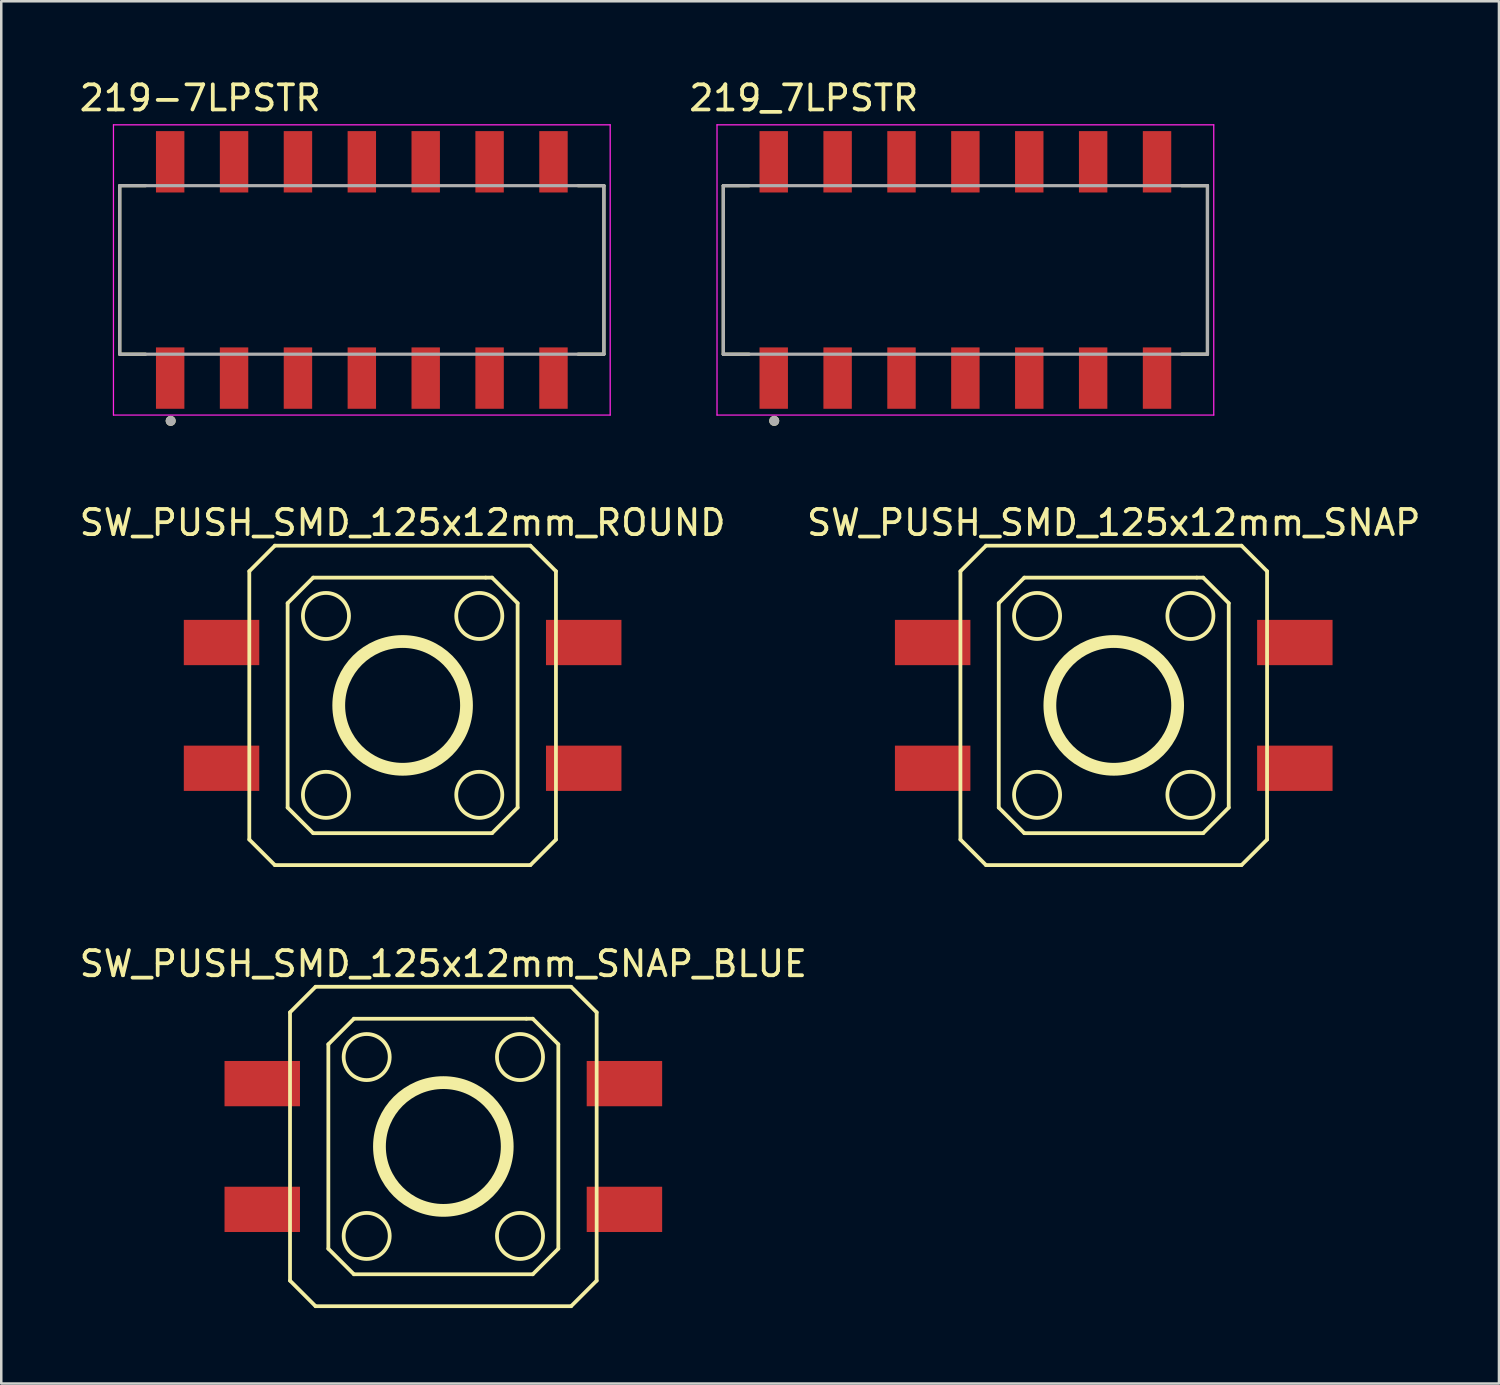
<source format=kicad_pcb>
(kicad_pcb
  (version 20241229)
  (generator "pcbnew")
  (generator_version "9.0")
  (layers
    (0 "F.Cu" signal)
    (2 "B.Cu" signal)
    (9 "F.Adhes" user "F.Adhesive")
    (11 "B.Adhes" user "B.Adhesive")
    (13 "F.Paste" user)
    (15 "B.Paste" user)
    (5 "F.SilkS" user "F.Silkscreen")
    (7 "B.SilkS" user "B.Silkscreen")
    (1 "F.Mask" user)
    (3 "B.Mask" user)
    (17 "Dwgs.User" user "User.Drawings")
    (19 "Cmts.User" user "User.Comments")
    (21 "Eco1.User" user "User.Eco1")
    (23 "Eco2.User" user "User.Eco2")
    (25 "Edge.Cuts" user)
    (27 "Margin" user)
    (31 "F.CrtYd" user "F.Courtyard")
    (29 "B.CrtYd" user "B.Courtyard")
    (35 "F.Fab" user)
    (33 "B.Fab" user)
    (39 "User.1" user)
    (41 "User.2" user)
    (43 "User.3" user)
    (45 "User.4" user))
  (footprint "219_7LPSTR"
    (layer "F.Cu")
    (at 35.333 7.683)
    (property "Reference" "219_7LPSTR" (at -6.425 -6.835 0) (layer "F.SilkS") (effects (font (size 1 1) (thickness 0.15))))
    (attr smd)
    (fp_line (start -9.625 -3.35) (end -9.625 3.35) (stroke (width 0.127) (type solid)) (layer "F.SilkS"))
    (fp_line (start -8.6 -3.35) (end -9.625 -3.35) (stroke (width 0.127) (type solid)) (layer "F.SilkS"))
    (fp_line (start -8.6 3.35) (end -9.625 3.35) (stroke (width 0.127) (type solid)) (layer "F.SilkS"))
    (fp_line (start 8.6 -3.35) (end 9.625 -3.35) (stroke (width 0.127) (type solid)) (layer "F.SilkS"))
    (fp_line (start 8.6 3.35) (end 9.625 3.35) (stroke (width 0.127) (type solid)) (layer "F.SilkS"))
    (fp_line (start 9.625 -3.35) (end 9.625 3.35) (stroke (width 0.127) (type solid)) (layer "F.SilkS"))
    (fp_circle (center -7.6 6) (end -7.5 6) (stroke (width 0.2) (type solid)) (fill no) (layer "F.SilkS"))
    (fp_line (start -9.875 -5.77) (end -9.875 5.77) (stroke (width 0.05) (type solid)) (layer "F.CrtYd"))
    (fp_line (start -9.875 5.77) (end 9.875 5.77) (stroke (width 0.05) (type solid)) (layer "F.CrtYd"))
    (fp_line (start 9.875 -5.77) (end -9.875 -5.77) (stroke (width 0.05) (type solid)) (layer "F.CrtYd"))
    (fp_line (start 9.875 5.77) (end 9.875 -5.77) (stroke (width 0.05) (type solid)) (layer "F.CrtYd"))
    (fp_line (start -9.625 -3.35) (end -9.625 3.35) (stroke (width 0.127) (type solid)) (layer "F.Fab"))
    (fp_line (start -9.625 3.35) (end 9.625 3.35) (stroke (width 0.127) (type solid)) (layer "F.Fab"))
    (fp_line (start 9.625 -3.35) (end -9.625 -3.35) (stroke (width 0.127) (type solid)) (layer "F.Fab"))
    (fp_line (start 9.625 3.35) (end 9.625 -3.35) (stroke (width 0.127) (type solid)) (layer "F.Fab"))
    (fp_circle (center -7.6 6) (end -7.5 6) (stroke (width 0.2) (type solid)) (fill no) (layer "F.Fab"))
    (pad "1" smd rect (at -7.62 4.3) (size 1.13 2.44) (layers "F.Cu" "F.Mask" "F.Paste"))
    (pad "2" smd rect (at -5.08 4.3) (size 1.13 2.44) (layers "F.Cu" "F.Mask" "F.Paste"))
    (pad "3" smd rect (at -2.54 4.3) (size 1.13 2.44) (layers "F.Cu" "F.Mask" "F.Paste"))
    (pad "4" smd rect (at 0 4.3) (size 1.13 2.44) (layers "F.Cu" "F.Mask" "F.Paste"))
    (pad "5" smd rect (at 2.54 4.3) (size 1.13 2.44) (layers "F.Cu" "F.Mask" "F.Paste"))
    (pad "6" smd rect (at 5.08 4.3) (size 1.13 2.44) (layers "F.Cu" "F.Mask" "F.Paste"))
    (pad "7" smd rect (at 7.62 4.3) (size 1.13 2.44) (layers "F.Cu" "F.Mask" "F.Paste"))
    (pad "8" smd rect (at 7.62 -4.3) (size 1.13 2.44) (layers "F.Cu" "F.Mask" "F.Paste"))
    (pad "9" smd rect (at 5.08 -4.3) (size 1.13 2.44) (layers "F.Cu" "F.Mask" "F.Paste"))
    (pad "10" smd rect (at 2.54 -4.3) (size 1.13 2.44) (layers "F.Cu" "F.Mask" "F.Paste"))
    (pad "11" smd rect (at 0 -4.3) (size 1.13 2.44) (layers "F.Cu" "F.Mask" "F.Paste"))
    (pad "12" smd rect (at -2.54 -4.3) (size 1.13 2.44) (layers "F.Cu" "F.Mask" "F.Paste"))
    (pad "13" smd rect (at -5.08 -4.3) (size 1.13 2.44) (layers "F.Cu" "F.Mask" "F.Paste"))
    (pad "14" smd rect (at -7.62 -4.3) (size 1.13 2.44) (layers "F.Cu" "F.Mask" "F.Paste")))
  (footprint "219-7LPSTR"
    (layer "F.Cu")
    (at 11.336 7.683)
    (property "Reference" "219-7LPSTR" (at -6.425 -6.835 0) (layer "F.SilkS") (effects (font (size 1 1) (thickness 0.15))))
    (attr smd)
    (fp_line (start -9.625 -3.35) (end -9.625 3.35) (stroke (width 0.127) (type solid)) (layer "F.SilkS"))
    (fp_line (start -8.6 -3.35) (end -9.625 -3.35) (stroke (width 0.127) (type solid)) (layer "F.SilkS"))
    (fp_line (start -8.6 3.35) (end -9.625 3.35) (stroke (width 0.127) (type solid)) (layer "F.SilkS"))
    (fp_line (start 8.6 -3.35) (end 9.625 -3.35) (stroke (width 0.127) (type solid)) (layer "F.SilkS"))
    (fp_line (start 8.6 3.35) (end 9.625 3.35) (stroke (width 0.127) (type solid)) (layer "F.SilkS"))
    (fp_line (start 9.625 -3.35) (end 9.625 3.35) (stroke (width 0.127) (type solid)) (layer "F.SilkS"))
    (fp_circle (center -7.6 6) (end -7.5 6) (stroke (width 0.2) (type solid)) (fill no) (layer "F.SilkS"))
    (fp_line (start -9.875 -5.77) (end -9.875 5.77) (stroke (width 0.05) (type solid)) (layer "F.CrtYd"))
    (fp_line (start -9.875 5.77) (end 9.875 5.77) (stroke (width 0.05) (type solid)) (layer "F.CrtYd"))
    (fp_line (start 9.875 -5.77) (end -9.875 -5.77) (stroke (width 0.05) (type solid)) (layer "F.CrtYd"))
    (fp_line (start 9.875 5.77) (end 9.875 -5.77) (stroke (width 0.05) (type solid)) (layer "F.CrtYd"))
    (fp_line (start -9.625 -3.35) (end -9.625 3.35) (stroke (width 0.127) (type solid)) (layer "F.Fab"))
    (fp_line (start -9.625 3.35) (end 9.625 3.35) (stroke (width 0.127) (type solid)) (layer "F.Fab"))
    (fp_line (start 9.625 -3.35) (end -9.625 -3.35) (stroke (width 0.127) (type solid)) (layer "F.Fab"))
    (fp_line (start 9.625 3.35) (end 9.625 -3.35) (stroke (width 0.127) (type solid)) (layer "F.Fab"))
    (fp_circle (center -7.6 6) (end -7.5 6) (stroke (width 0.2) (type solid)) (fill no) (layer "F.Fab"))
    (pad "1" smd rect (at -7.62 4.3) (size 1.13 2.44) (layers "F.Cu" "F.Mask" "F.Paste"))
    (pad "2" smd rect (at -5.08 4.3) (size 1.13 2.44) (layers "F.Cu" "F.Mask" "F.Paste"))
    (pad "3" smd rect (at -2.54 4.3) (size 1.13 2.44) (layers "F.Cu" "F.Mask" "F.Paste"))
    (pad "4" smd rect (at 0 4.3) (size 1.13 2.44) (layers "F.Cu" "F.Mask" "F.Paste"))
    (pad "5" smd rect (at 2.54 4.3) (size 1.13 2.44) (layers "F.Cu" "F.Mask" "F.Paste"))
    (pad "6" smd rect (at 5.08 4.3) (size 1.13 2.44) (layers "F.Cu" "F.Mask" "F.Paste"))
    (pad "7" smd rect (at 7.62 4.3) (size 1.13 2.44) (layers "F.Cu" "F.Mask" "F.Paste"))
    (pad "8" smd rect (at 7.62 -4.3) (size 1.13 2.44) (layers "F.Cu" "F.Mask" "F.Paste"))
    (pad "9" smd rect (at 5.08 -4.3) (size 1.13 2.44) (layers "F.Cu" "F.Mask" "F.Paste"))
    (pad "10" smd rect (at 2.54 -4.3) (size 1.13 2.44) (layers "F.Cu" "F.Mask" "F.Paste"))
    (pad "11" smd rect (at 0 -4.3) (size 1.13 2.44) (layers "F.Cu" "F.Mask" "F.Paste"))
    (pad "12" smd rect (at -2.54 -4.3) (size 1.13 2.44) (layers "F.Cu" "F.Mask" "F.Paste"))
    (pad "13" smd rect (at -5.08 -4.3) (size 1.13 2.44) (layers "F.Cu" "F.Mask" "F.Paste"))
    (pad "14" smd rect (at -7.62 -4.3) (size 1.13 2.44) (layers "F.Cu" "F.Mask" "F.Paste")))
  (footprint "SW_PUSH_SMD_125x12mm_SNAP_BLUE"
    (layer "F.Cu")
    (at 14.577 42.534)
    (property "Reference" "SW_PUSH_SMD_125x12mm_SNAP_BLUE" (at 0 -7.264 0) (layer "F.SilkS") (effects (font (size 1 1) (thickness 0.15))))
    (attr smd)
    (fp_line (start -6.096 -5.334) (end -6.096 5.334) (stroke (width 0.15) (type solid)) (layer "F.SilkS"))
    (fp_line (start -6.096 -5.334) (end -5.08 -6.35) (stroke (width 0.15) (type solid)) (layer "F.SilkS"))
    (fp_line (start -5.08 -6.35) (end 5.08 -6.35) (stroke (width 0.15) (type solid)) (layer "F.SilkS"))
    (fp_line (start -5.08 6.35) (end -6.096 5.334) (stroke (width 0.15) (type solid)) (layer "F.SilkS"))
    (fp_line (start -5.08 6.35) (end 5.08 6.35) (stroke (width 0.15) (type solid)) (layer "F.SilkS"))
    (fp_line (start -4.572 -4.064) (end -4.572 4.064) (stroke (width 0.15) (type solid)) (layer "F.SilkS"))
    (fp_line (start -4.572 -4.064) (end -3.556 -5.08) (stroke (width 0.15) (type solid)) (layer "F.SilkS"))
    (fp_line (start -4.572 4.064) (end -3.556 5.08) (stroke (width 0.15) (type solid)) (layer "F.SilkS"))
    (fp_line (start -3.556 -5.08) (end 3.302 -5.08) (stroke (width 0.15) (type solid)) (layer "F.SilkS"))
    (fp_line (start 3.302 -5.08) (end 3.556 -5.08) (stroke (width 0.15) (type solid)) (layer "F.SilkS"))
    (fp_line (start 3.556 -5.08) (end 4.572 -4.064) (stroke (width 0.15) (type solid)) (layer "F.SilkS"))
    (fp_line (start 3.556 5.08) (end -3.556 5.08) (stroke (width 0.15) (type solid)) (layer "F.SilkS"))
    (fp_line (start 4.572 4.064) (end 3.556 5.08) (stroke (width 0.15) (type solid)) (layer "F.SilkS"))
    (fp_line (start 4.572 4.064) (end 4.572 -4.064) (stroke (width 0.15) (type solid)) (layer "F.SilkS"))
    (fp_line (start 5.08 6.35) (end 6.096 5.334) (stroke (width 0.15) (type solid)) (layer "F.SilkS"))
    (fp_line (start 6.096 -5.334) (end 5.08 -6.35) (stroke (width 0.15) (type solid)) (layer "F.SilkS"))
    (fp_line (start 6.096 5.334) (end 6.096 -5.334) (stroke (width 0.15) (type solid)) (layer "F.SilkS"))
    (fp_circle (center -3.048 -3.556) (end -2.54 -2.794) (stroke (width 0.15) (type solid)) (fill no) (layer "F.SilkS"))
    (fp_circle (center -3.048 3.556) (end -2.286 3.048) (stroke (width 0.15) (type solid)) (fill no) (layer "F.SilkS"))
    (fp_circle (center 0 0) (end 2.54 0) (stroke (width 0.508) (type solid)) (fill no) (layer "F.SilkS"))
    (fp_circle (center 3.048 -3.556) (end 2.286 -3.048) (stroke (width 0.15) (type solid)) (fill no) (layer "F.SilkS"))
    (fp_circle (center 3.048 3.556) (end 2.286 3.048) (stroke (width 0.15) (type solid)) (fill no) (layer "F.SilkS"))
    (pad "1" smd rect (at -7.2 2.5) (size 3 1.8) (layers "F.Cu" "F.Mask" "F.Paste"))
    (pad "2" smd rect (at 7.2 2.5) (size 3 1.8) (layers "F.Cu" "F.Mask" "F.Paste"))
    (pad "3" smd rect (at -7.2 -2.5) (size 3 1.8) (layers "F.Cu" "F.Mask" "F.Paste"))
    (pad "4" smd rect (at 7.2 -2.5) (size 3 1.8) (layers "F.Cu" "F.Mask" "F.Paste")))
  (footprint "SW_PUSH_SMD_125x12mm_ROUND"
    (layer "F.Cu")
    (at 12.958 24.996)
    (property "Reference" "SW_PUSH_SMD_125x12mm_ROUND" (at 0 -7.264 0) (layer "F.SilkS") (effects (font (size 1 1) (thickness 0.15))))
    (attr smd)
    (fp_line (start -6.096 -5.334) (end -6.096 5.334) (stroke (width 0.15) (type solid)) (layer "F.SilkS"))
    (fp_line (start -6.096 -5.334) (end -5.08 -6.35) (stroke (width 0.15) (type solid)) (layer "F.SilkS"))
    (fp_line (start -5.08 -6.35) (end 5.08 -6.35) (stroke (width 0.15) (type solid)) (layer "F.SilkS"))
    (fp_line (start -5.08 6.35) (end -6.096 5.334) (stroke (width 0.15) (type solid)) (layer "F.SilkS"))
    (fp_line (start -5.08 6.35) (end 5.08 6.35) (stroke (width 0.15) (type solid)) (layer "F.SilkS"))
    (fp_line (start -4.572 -4.064) (end -4.572 4.064) (stroke (width 0.15) (type solid)) (layer "F.SilkS"))
    (fp_line (start -4.572 -4.064) (end -3.556 -5.08) (stroke (width 0.15) (type solid)) (layer "F.SilkS"))
    (fp_line (start -4.572 4.064) (end -3.556 5.08) (stroke (width 0.15) (type solid)) (layer "F.SilkS"))
    (fp_line (start -3.556 -5.08) (end 3.302 -5.08) (stroke (width 0.15) (type solid)) (layer "F.SilkS"))
    (fp_line (start 3.302 -5.08) (end 3.556 -5.08) (stroke (width 0.15) (type solid)) (layer "F.SilkS"))
    (fp_line (start 3.556 -5.08) (end 4.572 -4.064) (stroke (width 0.15) (type solid)) (layer "F.SilkS"))
    (fp_line (start 3.556 5.08) (end -3.556 5.08) (stroke (width 0.15) (type solid)) (layer "F.SilkS"))
    (fp_line (start 4.572 4.064) (end 3.556 5.08) (stroke (width 0.15) (type solid)) (layer "F.SilkS"))
    (fp_line (start 4.572 4.064) (end 4.572 -4.064) (stroke (width 0.15) (type solid)) (layer "F.SilkS"))
    (fp_line (start 5.08 6.35) (end 6.096 5.334) (stroke (width 0.15) (type solid)) (layer "F.SilkS"))
    (fp_line (start 6.096 -5.334) (end 5.08 -6.35) (stroke (width 0.15) (type solid)) (layer "F.SilkS"))
    (fp_line (start 6.096 5.334) (end 6.096 -5.334) (stroke (width 0.15) (type solid)) (layer "F.SilkS"))
    (fp_circle (center -3.048 -3.556) (end -2.54 -2.794) (stroke (width 0.15) (type solid)) (fill no) (layer "F.SilkS"))
    (fp_circle (center -3.048 3.556) (end -2.286 3.048) (stroke (width 0.15) (type solid)) (fill no) (layer "F.SilkS"))
    (fp_circle (center 0 0) (end 2.54 0) (stroke (width 0.508) (type solid)) (fill no) (layer "F.SilkS"))
    (fp_circle (center 3.048 -3.556) (end 2.286 -3.048) (stroke (width 0.15) (type solid)) (fill no) (layer "F.SilkS"))
    (fp_circle (center 3.048 3.556) (end 2.286 3.048) (stroke (width 0.15) (type solid)) (fill no) (layer "F.SilkS"))
    (pad "1" smd rect (at -7.2 2.5) (size 3 1.8) (layers "F.Cu" "F.Mask" "F.Paste"))
    (pad "2" smd rect (at 7.2 2.5) (size 3 1.8) (layers "F.Cu" "F.Mask" "F.Paste"))
    (pad "3" smd rect (at -7.2 -2.5) (size 3 1.8) (layers "F.Cu" "F.Mask" "F.Paste"))
    (pad "4" smd rect (at 7.2 -2.5) (size 3 1.8) (layers "F.Cu" "F.Mask" "F.Paste")))
  (footprint "SW_PUSH_SMD_125x12mm_SNAP"
    (layer "F.Cu")
    (at 41.232 24.996)
    (property "Reference" "SW_PUSH_SMD_125x12mm_SNAP" (at 0 -7.264 0) (layer "F.SilkS") (effects (font (size 1 1) (thickness 0.15))))
    (attr smd)
    (fp_line (start -6.096 -5.334) (end -6.096 5.334) (stroke (width 0.15) (type solid)) (layer "F.SilkS"))
    (fp_line (start -6.096 -5.334) (end -5.08 -6.35) (stroke (width 0.15) (type solid)) (layer "F.SilkS"))
    (fp_line (start -5.08 -6.35) (end 5.08 -6.35) (stroke (width 0.15) (type solid)) (layer "F.SilkS"))
    (fp_line (start -5.08 6.35) (end -6.096 5.334) (stroke (width 0.15) (type solid)) (layer "F.SilkS"))
    (fp_line (start -5.08 6.35) (end 5.08 6.35) (stroke (width 0.15) (type solid)) (layer "F.SilkS"))
    (fp_line (start -4.572 -4.064) (end -4.572 4.064) (stroke (width 0.15) (type solid)) (layer "F.SilkS"))
    (fp_line (start -4.572 -4.064) (end -3.556 -5.08) (stroke (width 0.15) (type solid)) (layer "F.SilkS"))
    (fp_line (start -4.572 4.064) (end -3.556 5.08) (stroke (width 0.15) (type solid)) (layer "F.SilkS"))
    (fp_line (start -3.556 -5.08) (end 3.302 -5.08) (stroke (width 0.15) (type solid)) (layer "F.SilkS"))
    (fp_line (start 3.302 -5.08) (end 3.556 -5.08) (stroke (width 0.15) (type solid)) (layer "F.SilkS"))
    (fp_line (start 3.556 -5.08) (end 4.572 -4.064) (stroke (width 0.15) (type solid)) (layer "F.SilkS"))
    (fp_line (start 3.556 5.08) (end -3.556 5.08) (stroke (width 0.15) (type solid)) (layer "F.SilkS"))
    (fp_line (start 4.572 4.064) (end 3.556 5.08) (stroke (width 0.15) (type solid)) (layer "F.SilkS"))
    (fp_line (start 4.572 4.064) (end 4.572 -4.064) (stroke (width 0.15) (type solid)) (layer "F.SilkS"))
    (fp_line (start 5.08 6.35) (end 6.096 5.334) (stroke (width 0.15) (type solid)) (layer "F.SilkS"))
    (fp_line (start 6.096 -5.334) (end 5.08 -6.35) (stroke (width 0.15) (type solid)) (layer "F.SilkS"))
    (fp_line (start 6.096 5.334) (end 6.096 -5.334) (stroke (width 0.15) (type solid)) (layer "F.SilkS"))
    (fp_circle (center -3.048 -3.556) (end -2.54 -2.794) (stroke (width 0.15) (type solid)) (fill no) (layer "F.SilkS"))
    (fp_circle (center -3.048 3.556) (end -2.286 3.048) (stroke (width 0.15) (type solid)) (fill no) (layer "F.SilkS"))
    (fp_circle (center 0 0) (end 2.54 0) (stroke (width 0.508) (type solid)) (fill no) (layer "F.SilkS"))
    (fp_circle (center 3.048 -3.556) (end 2.286 -3.048) (stroke (width 0.15) (type solid)) (fill no) (layer "F.SilkS"))
    (fp_circle (center 3.048 3.556) (end 2.286 3.048) (stroke (width 0.15) (type solid)) (fill no) (layer "F.SilkS"))
    (pad "1" smd rect (at -7.2 2.5) (size 3 1.8) (layers "F.Cu" "F.Mask" "F.Paste"))
    (pad "2" smd rect (at 7.2 2.5) (size 3 1.8) (layers "F.Cu" "F.Mask" "F.Paste"))
    (pad "3" smd rect (at -7.2 -2.5) (size 3 1.8) (layers "F.Cu" "F.Mask" "F.Paste"))
    (pad "4" smd rect (at 7.2 -2.5) (size 3 1.8) (layers "F.Cu" "F.Mask" "F.Paste")))
  (gr_rect
    (start -3 -3)
    (end 56.548 51.959)
    (stroke (width 0.1) (type default))
    (fill no)
    (layer "Edge.Cuts")))
</source>
